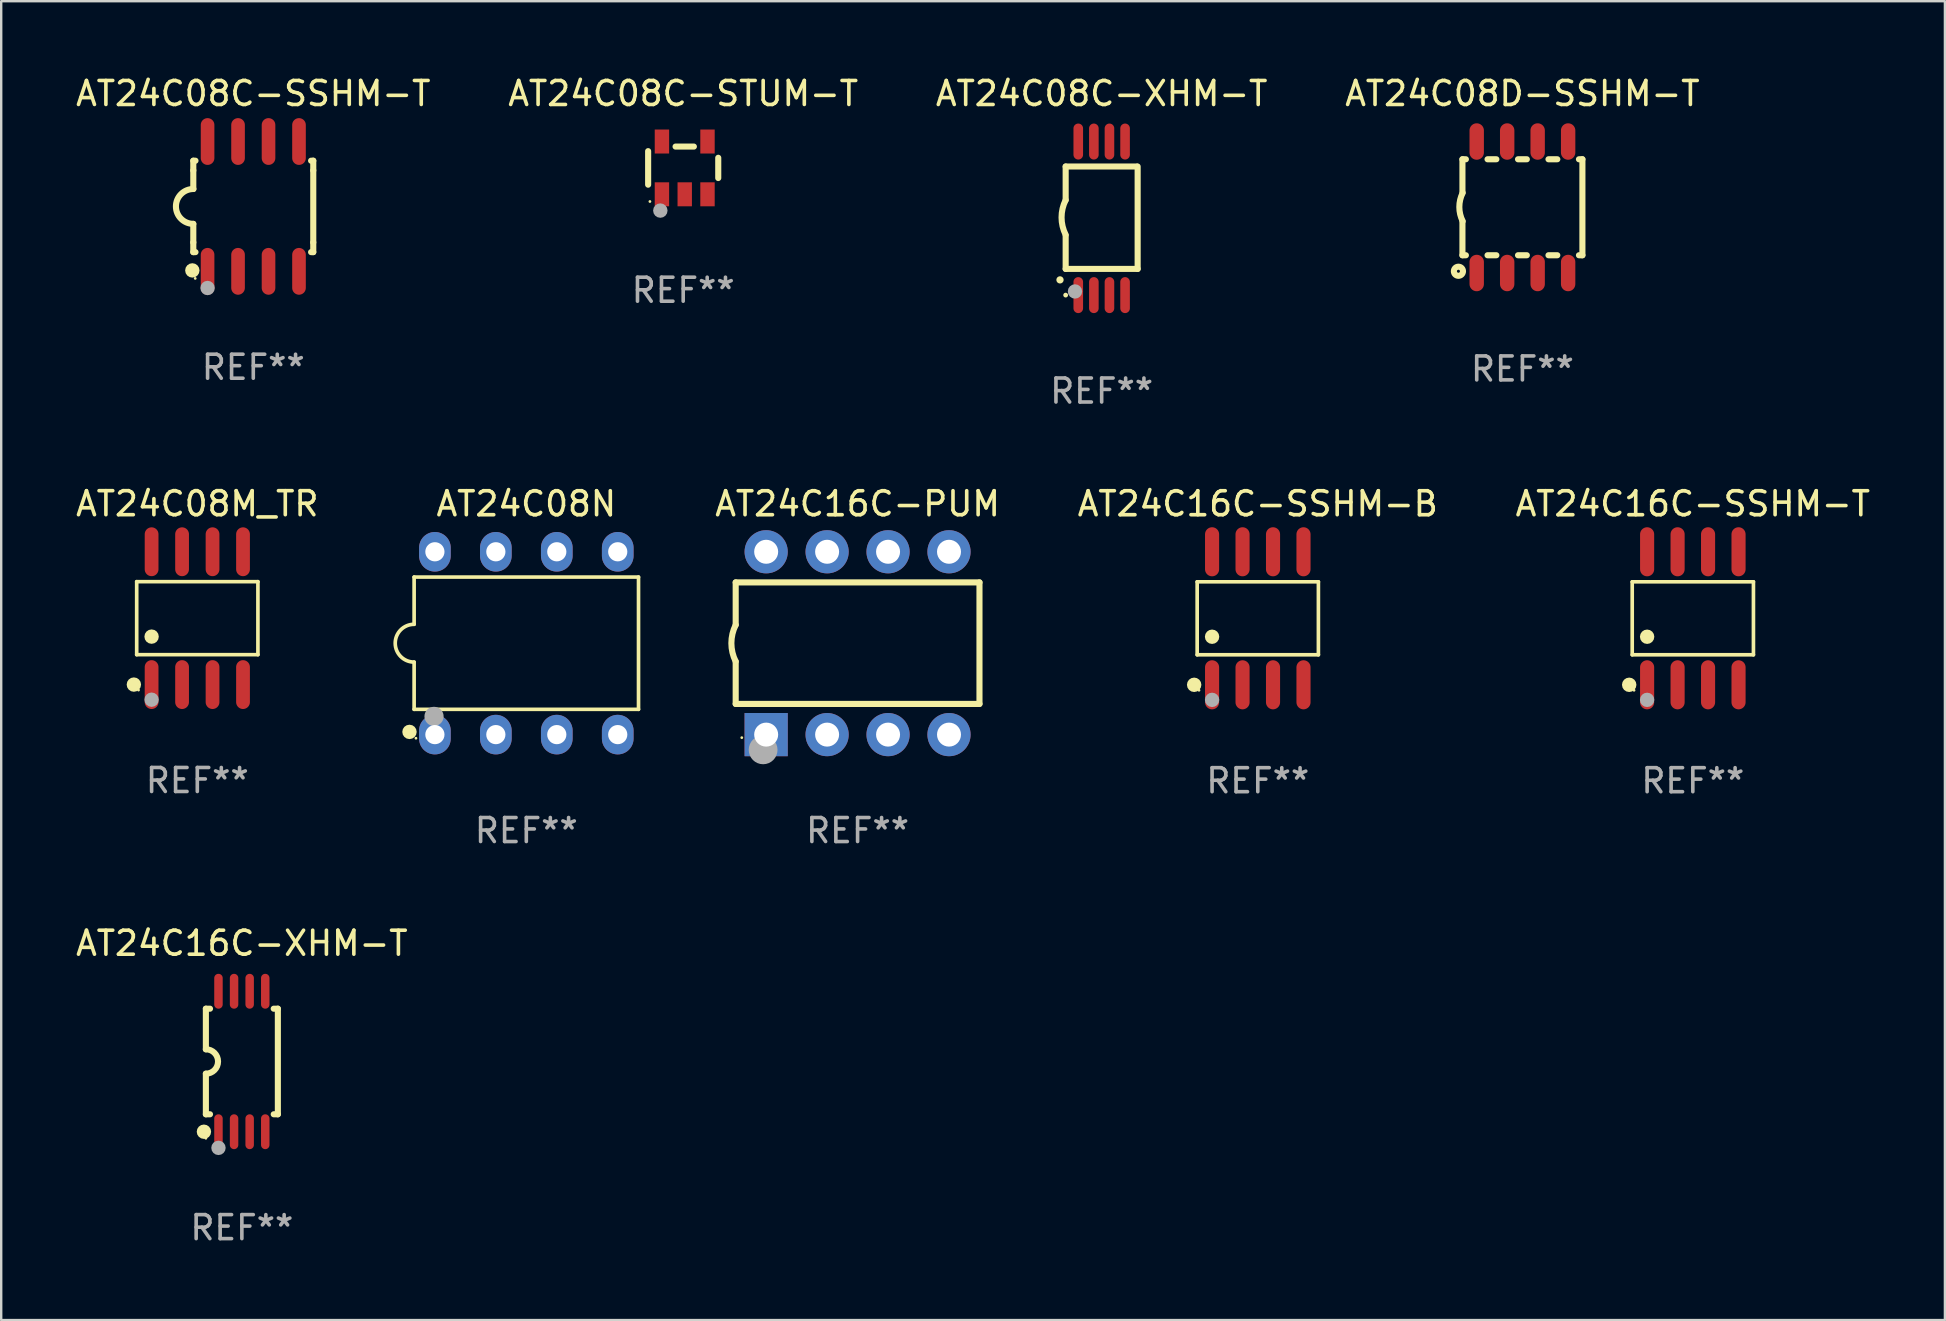
<source format=kicad_pcb>
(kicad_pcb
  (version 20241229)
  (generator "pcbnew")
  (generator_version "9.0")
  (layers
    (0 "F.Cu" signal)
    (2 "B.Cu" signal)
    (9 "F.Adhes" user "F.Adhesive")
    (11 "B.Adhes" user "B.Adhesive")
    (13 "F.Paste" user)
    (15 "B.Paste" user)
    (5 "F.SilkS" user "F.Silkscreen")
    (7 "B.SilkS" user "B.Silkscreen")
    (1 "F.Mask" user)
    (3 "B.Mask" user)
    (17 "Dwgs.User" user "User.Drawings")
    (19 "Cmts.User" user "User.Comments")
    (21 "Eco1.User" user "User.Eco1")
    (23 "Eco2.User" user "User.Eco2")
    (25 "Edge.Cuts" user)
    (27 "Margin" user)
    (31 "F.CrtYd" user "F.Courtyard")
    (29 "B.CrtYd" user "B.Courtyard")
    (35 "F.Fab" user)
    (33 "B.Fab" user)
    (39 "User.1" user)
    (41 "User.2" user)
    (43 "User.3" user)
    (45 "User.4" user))
  (footprint "AT24C16C-PUM"
    (layer "F.Cu")
    (at 32.691 23.756)
    (property "Reference" "AT24C16C-PUM" (at 0 -5.81 0) (layer "F.SilkS") (effects (font (size 1 1) (thickness 0.15))))
    (attr through_hole)
    (fp_line (start -5.08 -2.534) (end 5.08 -2.534) (stroke (width 0.254) (type solid)) (layer "F.SilkS"))
    (fp_line (start -5.08 -0.762) (end -5.08 -2.534) (stroke (width 0.254) (type solid)) (layer "F.SilkS"))
    (fp_line (start -5.08 2.531) (end -5.08 0.762) (stroke (width 0.254) (type solid)) (layer "F.SilkS"))
    (fp_line (start -5.08 2.531) (end 5.08 2.531) (stroke (width 0.254) (type solid)) (layer "F.SilkS"))
    (fp_line (start 5.08 2.531) (end 5.08 -2.534) (stroke (width 0.254) (type solid)) (layer "F.SilkS"))
    (fp_arc (start -5.08001 0.762001) (mid -5.259894 0) (end -5.08001 -0.762002) (stroke (width 0.254001) (type solid)) (layer "F.SilkS"))
    (fp_circle (center -4.826 3.937) (end -4.796 3.937) (stroke (width 0.06) (type solid)) (fill no) (layer "F.SilkS"))
    (fp_circle (center -3.937 4.445) (end -3.637 4.445) (stroke (width 0.6) (type solid)) (fill no) (layer "F.Fab"))
    (fp_text user "REF**" (at 0 7.81 0) (layer "F.Fab") (effects (font (size 1 1) (thickness 0.15))))
    (pad "1" thru_hole rect (at -3.81 3.81) (size 1.8 1.8) (drill 1) (layers "*.Cu" "*.Mask"))
    (pad "2" thru_hole circle (at -1.27 3.81) (size 1.8 1.8) (drill 1) (layers "*.Cu" "*.Mask"))
    (pad "3" thru_hole circle (at 1.27 3.81) (size 1.8 1.8) (drill 1) (layers "*.Cu" "*.Mask"))
    (pad "4" thru_hole circle (at 3.81 3.81) (size 1.8 1.8) (drill 1) (layers "*.Cu" "*.Mask"))
    (pad "5" thru_hole circle (at 3.81 -3.81) (size 1.8 1.8) (drill 1) (layers "*.Cu" "*.Mask"))
    (pad "6" thru_hole circle (at 1.27 -3.81) (size 1.8 1.8) (drill 1) (layers "*.Cu" "*.Mask"))
    (pad "7" thru_hole circle (at -1.27 -3.81) (size 1.8 1.8) (drill 1) (layers "*.Cu" "*.Mask"))
    (pad "8" thru_hole circle (at -3.81 -3.81) (size 1.8 1.8) (drill 1) (layers "*.Cu" "*.Mask")))
  (footprint "AT24C16C-SSHM-B"
    (layer "F.Cu")
    (at 49.37 22.718)
    (property "Reference" "AT24C16C-SSHM-B" (at 0 -4.772 0) (layer "F.SilkS") (effects (font (size 1 1) (thickness 0.15))))
    (attr through_hole)
    (fp_line (start -2.526 -1.521) (end 2.526 -1.521) (stroke (width 0.152) (type solid)) (layer "F.SilkS"))
    (fp_line (start -2.526 1.521) (end -2.526 -1.521) (stroke (width 0.152) (type solid)) (layer "F.SilkS"))
    (fp_line (start 2.526 -1.521) (end 2.526 1.521) (stroke (width 0.152) (type solid)) (layer "F.SilkS"))
    (fp_line (start 2.526 1.521) (end -2.526 1.521) (stroke (width 0.152) (type solid)) (layer "F.SilkS"))
    (fp_circle (center -2.652 2.772) (end -2.501 2.772) (stroke (width 0.3) (type solid)) (fill no) (layer "F.SilkS"))
    (fp_circle (center -2.45 3) (end -2.42 3) (stroke (width 0.06) (type solid)) (fill no) (layer "F.SilkS"))
    (fp_circle (center -1.905 0.769) (end -1.755 0.769) (stroke (width 0.3) (type solid)) (fill no) (layer "F.SilkS"))
    (fp_circle (center -1.905 3.4) (end -1.755 3.4) (stroke (width 0.3) (type solid)) (fill no) (layer "F.Fab"))
    (fp_text user "REF**" (at 0 6.772 0) (layer "F.Fab") (effects (font (size 1 1) (thickness 0.15))))
    (pad "1" smd oval (at -1.905 2.772) (size 0.588 2.045) (layers "F.Cu" "F.Mask" "F.Paste"))
    (pad "2" smd oval (at -0.635 2.772) (size 0.588 2.045) (layers "F.Cu" "F.Mask" "F.Paste"))
    (pad "3" smd oval (at 0.635 2.772) (size 0.588 2.045) (layers "F.Cu" "F.Mask" "F.Paste"))
    (pad "4" smd oval (at 1.905 2.772) (size 0.588 2.045) (layers "F.Cu" "F.Mask" "F.Paste"))
    (pad "5" smd oval (at 1.905 -2.772) (size 0.588 2.045) (layers "F.Cu" "F.Mask" "F.Paste"))
    (pad "6" smd oval (at 0.635 -2.772) (size 0.588 2.045) (layers "F.Cu" "F.Mask" "F.Paste"))
    (pad "7" smd oval (at -0.635 -2.772) (size 0.588 2.045) (layers "F.Cu" "F.Mask" "F.Paste"))
    (pad "8" smd oval (at -1.905 -2.772) (size 0.588 2.045) (layers "F.Cu" "F.Mask" "F.Paste")))
  (footprint "AT24C16C-XHM-T"
    (layer "F.Cu")
    (at 7.03 41.189)
    (property "Reference" "AT24C16C-XHM-T" (at 0 -4.927 0) (layer "F.SilkS") (effects (font (size 1 1) (thickness 0.15))))
    (attr through_hole)
    (fp_line (start -1.5 -2.2) (end -1.5 -0.508) (stroke (width 0.254) (type solid)) (layer "F.SilkS"))
    (fp_line (start -1.5 -2.2) (end -1.328 -2.2) (stroke (width 0.254) (type solid)) (layer "F.SilkS"))
    (fp_line (start -1.5 2.2) (end -1.5 0.508) (stroke (width 0.254) (type solid)) (layer "F.SilkS"))
    (fp_line (start -1.5 2.2) (end -1.328 2.2) (stroke (width 0.254) (type solid)) (layer "F.SilkS"))
    (fp_line (start 1.328 -2.2) (end 1.5 -2.2) (stroke (width 0.254) (type solid)) (layer "F.SilkS"))
    (fp_line (start 1.328 2.2) (end 1.5 2.2) (stroke (width 0.254) (type solid)) (layer "F.SilkS"))
    (fp_line (start 1.5 -2.2) (end 1.5 2.2) (stroke (width 0.254) (type solid)) (layer "F.SilkS"))
    (fp_arc (start -1.501144 -0.508) (mid -0.993143 -0.000571) (end -1.5 0.508001) (stroke (width 0.254001) (type solid)) (layer "F.SilkS"))
    (fp_circle (center -1.581 2.927) (end -1.431 2.927) (stroke (width 0.3) (type solid)) (fill no) (layer "F.SilkS"))
    (fp_circle (center -1.5 3.2) (end -1.47 3.2) (stroke (width 0.06) (type solid)) (fill no) (layer "F.SilkS"))
    (fp_circle (center -0.975 3.6) (end -0.825 3.6) (stroke (width 0.3) (type solid)) (fill no) (layer "F.Fab"))
    (fp_text user "REF**" (at 0 6.927 0) (layer "F.Fab") (effects (font (size 1 1) (thickness 0.15))))
    (pad "1" smd oval (at -0.975 2.927) (size 0.353 1.454) (layers "F.Cu" "F.Mask" "F.Paste"))
    (pad "2" smd oval (at -0.325 2.927) (size 0.353 1.454) (layers "F.Cu" "F.Mask" "F.Paste"))
    (pad "3" smd oval (at 0.325 2.927) (size 0.353 1.454) (layers "F.Cu" "F.Mask" "F.Paste"))
    (pad "4" smd oval (at 0.975 2.927) (size 0.353 1.454) (layers "F.Cu" "F.Mask" "F.Paste"))
    (pad "5" smd oval (at 0.975 -2.927) (size 0.353 1.454) (layers "F.Cu" "F.Mask" "F.Paste"))
    (pad "6" smd oval (at 0.325 -2.927) (size 0.353 1.454) (layers "F.Cu" "F.Mask" "F.Paste"))
    (pad "7" smd oval (at -0.325 -2.927) (size 0.353 1.454) (layers "F.Cu" "F.Mask" "F.Paste"))
    (pad "8" smd oval (at -0.975 -2.927) (size 0.353 1.454) (layers "F.Cu" "F.Mask" "F.Paste")))
  (footprint "AT24C08C-SSHM-T"
    (layer "F.Cu")
    (at 7.506 5.553)
    (property "Reference" "AT24C08C-SSHM-T" (at 0 -4.705 0) (layer "F.SilkS") (effects (font (size 1 1) (thickness 0.15))))
    (attr through_hole)
    (fp_line (start -2.5 -1.905) (end -2.409 -1.905) (stroke (width 0.254) (type solid)) (layer "F.SilkS"))
    (fp_line (start -2.5 -1.5) (end -2.5 -1.905) (stroke (width 0.254) (type solid)) (layer "F.SilkS"))
    (fp_line (start -2.5 -1.5) (end -2.5 -0.726) (stroke (width 0.254) (type solid)) (layer "F.SilkS"))
    (fp_line (start -2.5 1.5) (end -2.5 0.727) (stroke (width 0.254) (type solid)) (layer "F.SilkS"))
    (fp_line (start -2.5 1.5) (end -2.5 1.905) (stroke (width 0.254) (type solid)) (layer "F.SilkS"))
    (fp_line (start -2.5 1.905) (end -2.409 1.905) (stroke (width 0.254) (type solid)) (layer "F.SilkS"))
    (fp_line (start 2.5 -1.905) (end 2.409 -1.905) (stroke (width 0.254) (type solid)) (layer "F.SilkS"))
    (fp_line (start 2.5 -1.5) (end 2.5 -1.905) (stroke (width 0.254) (type solid)) (layer "F.SilkS"))
    (fp_line (start 2.5 -1.5) (end 2.5 1.5) (stroke (width 0.254) (type solid)) (layer "F.SilkS"))
    (fp_line (start 2.5 1.5) (end 2.5 1.905) (stroke (width 0.254) (type solid)) (layer "F.SilkS"))
    (fp_line (start 2.5 1.905) (end 2.409 1.905) (stroke (width 0.254) (type solid)) (layer "F.SilkS"))
    (fp_arc (start -2.5 0.726568) (mid -3.220316 -0.0023) (end -2.495097 -0.726289) (stroke (width 0.254001) (type solid)) (layer "F.SilkS"))
    (fp_circle (center -2.54 2.667) (end -2.39 2.667) (stroke (width 0.3) (type solid)) (fill no) (layer "F.SilkS"))
    (fp_circle (center -2.42 3) (end -2.39 3) (stroke (width 0.06) (type solid)) (fill no) (layer "F.SilkS"))
    (fp_circle (center -1.905 3.4) (end -1.755 3.4) (stroke (width 0.3) (type solid)) (fill no) (layer "F.Fab"))
    (fp_text user "REF**" (at 0 6.705 0) (layer "F.Fab") (effects (font (size 1 1) (thickness 0.15))))
    (pad "1" smd oval (at -1.905 2.705) (size 0.568 1.95) (layers "F.Cu" "F.Mask" "F.Paste"))
    (pad "2" smd oval (at -0.635 2.705) (size 0.568 1.95) (layers "F.Cu" "F.Mask" "F.Paste"))
    (pad "3" smd oval (at 0.635 2.705) (size 0.568 1.95) (layers "F.Cu" "F.Mask" "F.Paste"))
    (pad "4" smd oval (at 1.905 2.705) (size 0.568 1.95) (layers "F.Cu" "F.Mask" "F.Paste"))
    (pad "5" smd oval (at 1.905 -2.705) (size 0.568 1.95) (layers "F.Cu" "F.Mask" "F.Paste"))
    (pad "6" smd oval (at 0.635 -2.705) (size 0.568 1.95) (layers "F.Cu" "F.Mask" "F.Paste"))
    (pad "7" smd oval (at -0.635 -2.705) (size 0.568 1.95) (layers "F.Cu" "F.Mask" "F.Paste"))
    (pad "8" smd oval (at -1.905 -2.705) (size 0.568 1.95) (layers "F.Cu" "F.Mask" "F.Paste")))
  (footprint "AT24C08C-XHM-T"
    (layer "F.Cu")
    (at 42.863 6.049)
    (property "Reference" "AT24C08C-XHM-T" (at 0 -5.2 0) (layer "F.SilkS") (effects (font (size 1 1) (thickness 0.15))))
    (attr through_hole)
    (fp_line (start -1.5 -0.762) (end -1.5 -2.159) (stroke (width 0.254) (type solid)) (layer "F.SilkS"))
    (fp_line (start -1.5 2.108) (end -1.5 0.711) (stroke (width 0.254) (type solid)) (layer "F.SilkS"))
    (fp_line (start -1.5 2.108) (end 1.5 2.108) (stroke (width 0.254) (type solid)) (layer "F.SilkS"))
    (fp_line (start 1.463 -2.159) (end -1.5 -2.159) (stroke (width 0.254) (type solid)) (layer "F.SilkS"))
    (fp_line (start 1.5 2.108) (end 1.5 -2.159) (stroke (width 0.254) (type solid)) (layer "F.SilkS"))
    (fp_arc (start -1.737287 2.565405) (mid -1.736017 2.5654) (end -1.734747 2.565405) (stroke (width 0.3) (type solid)) (layer "F.SilkS"))
    (fp_arc (start -1.500076 0.685801) (mid -1.670966 -0.0381) (end -1.500076 -0.762002) (stroke (width 0.254001) (type solid)) (layer "F.SilkS"))
    (fp_circle (center -1.5 3.2) (end -1.45 3.2) (stroke (width 0.1) (type solid)) (fill no) (layer "F.SilkS"))
    (fp_circle (center -1.112 3.048) (end -0.962 3.048) (stroke (width 0.3) (type solid)) (fill no) (layer "F.Fab"))
    (fp_text user "REF**" (at 0 7.2 0) (layer "F.Fab") (effects (font (size 1 1) (thickness 0.15))))
    (pad "1" smd oval (at -0.975 3.2 180) (size 0.4 1.5) (layers "F.Cu" "F.Mask" "F.Paste"))
    (pad "2" smd oval (at -0.325 3.2 180) (size 0.4 1.5) (layers "F.Cu" "F.Mask" "F.Paste"))
    (pad "3" smd oval (at 0.325 3.2 180) (size 0.4 1.5) (layers "F.Cu" "F.Mask" "F.Paste"))
    (pad "4" smd oval (at 0.976 3.2 180) (size 0.4 1.5) (layers "F.Cu" "F.Mask" "F.Paste"))
    (pad "5" smd oval (at 0.976 -3.2 180) (size 0.4 1.5) (layers "F.Cu" "F.Mask" "F.Paste"))
    (pad "6" smd oval (at 0.325 -3.2 180) (size 0.4 1.5) (layers "F.Cu" "F.Mask" "F.Paste"))
    (pad "7" smd oval (at -0.325 -3.2 180) (size 0.4 1.5) (layers "F.Cu" "F.Mask" "F.Paste"))
    (pad "8" smd oval (at -0.975 -3.2 180) (size 0.4 1.5) (layers "F.Cu" "F.Mask" "F.Paste")))
  (footprint "AT24C08N"
    (layer "F.Cu")
    (at 18.885 23.756)
    (property "Reference" "AT24C08N" (at 0 -5.81 0) (layer "F.SilkS") (effects (font (size 1 1) (thickness 0.15))))
    (attr through_hole)
    (fp_line (start -4.676 -2.756) (end -4.676 -0.788) (stroke (width 0.152) (type solid)) (layer "F.SilkS"))
    (fp_line (start -4.676 0.788) (end -4.676 2.756) (stroke (width 0.152) (type solid)) (layer "F.SilkS"))
    (fp_line (start -4.676 2.756) (end 4.676 2.756) (stroke (width 0.152) (type solid)) (layer "F.SilkS"))
    (fp_line (start 4.676 -2.756) (end -4.676 -2.756) (stroke (width 0.152) (type solid)) (layer "F.SilkS"))
    (fp_line (start 4.676 2.756) (end 4.676 -2.756) (stroke (width 0.152) (type solid)) (layer "F.SilkS"))
    (fp_arc (start -4.6762 0.787501) (mid -5.463701 0) (end -4.6762 -0.787501) (stroke (width 0.1524) (type solid)) (layer "F.SilkS"))
    (fp_circle (center -4.869 3.697) (end -4.719 3.697) (stroke (width 0.3) (type solid)) (fill no) (layer "F.SilkS"))
    (fp_circle (center -4.6 3.96) (end -4.57 3.96) (stroke (width 0.06) (type solid)) (fill no) (layer "F.SilkS"))
    (fp_circle (center -3.846 3.051) (end -3.646 3.051) (stroke (width 0.4) (type solid)) (fill no) (layer "F.Fab"))
    (fp_text user "REF**" (at 0 7.81 0) (layer "F.Fab") (effects (font (size 1 1) (thickness 0.15))))
    (pad "1" thru_hole oval (at -3.81 3.81) (size 1.32 1.65) (drill 0.8) (layers "*.Cu" "*.Mask"))
    (pad "2" thru_hole oval (at -1.27 3.81) (size 1.32 1.65) (drill 0.8) (layers "*.Cu" "*.Mask"))
    (pad "3" thru_hole oval (at 1.27 3.81) (size 1.32 1.65) (drill 0.8) (layers "*.Cu" "*.Mask"))
    (pad "4" thru_hole oval (at 3.81 3.81) (size 1.32 1.65) (drill 0.8) (layers "*.Cu" "*.Mask"))
    (pad "5" thru_hole oval (at 3.81 -3.81) (size 1.32 1.65) (drill 0.8) (layers "*.Cu" "*.Mask"))
    (pad "6" thru_hole oval (at 1.27 -3.81) (size 1.32 1.65) (drill 0.8) (layers "*.Cu" "*.Mask"))
    (pad "7" thru_hole oval (at -1.27 -3.81) (size 1.32 1.65) (drill 0.8) (layers "*.Cu" "*.Mask"))
    (pad "8" thru_hole oval (at -3.81 -3.81) (size 1.32 1.65) (drill 0.8) (layers "*.Cu" "*.Mask")))
  (footprint "AT24C16C-SSHM-T"
    (layer "F.Cu")
    (at 67.501 22.718)
    (property "Reference" "AT24C16C-SSHM-T" (at 0 -4.772 0) (layer "F.SilkS") (effects (font (size 1 1) (thickness 0.15))))
    (attr through_hole)
    (fp_line (start -2.526 -1.521) (end 2.526 -1.521) (stroke (width 0.152) (type solid)) (layer "F.SilkS"))
    (fp_line (start -2.526 1.521) (end -2.526 -1.521) (stroke (width 0.152) (type solid)) (layer "F.SilkS"))
    (fp_line (start 2.526 -1.521) (end 2.526 1.521) (stroke (width 0.152) (type solid)) (layer "F.SilkS"))
    (fp_line (start 2.526 1.521) (end -2.526 1.521) (stroke (width 0.152) (type solid)) (layer "F.SilkS"))
    (fp_circle (center -2.652 2.772) (end -2.501 2.772) (stroke (width 0.3) (type solid)) (fill no) (layer "F.SilkS"))
    (fp_circle (center -2.45 3) (end -2.42 3) (stroke (width 0.06) (type solid)) (fill no) (layer "F.SilkS"))
    (fp_circle (center -1.905 0.769) (end -1.755 0.769) (stroke (width 0.3) (type solid)) (fill no) (layer "F.SilkS"))
    (fp_circle (center -1.905 3.4) (end -1.755 3.4) (stroke (width 0.3) (type solid)) (fill no) (layer "F.Fab"))
    (fp_text user "REF**" (at 0 6.772 0) (layer "F.Fab") (effects (font (size 1 1) (thickness 0.15))))
    (pad "1" smd oval (at -1.905 2.772) (size 0.588 2.045) (layers "F.Cu" "F.Mask" "F.Paste"))
    (pad "2" smd oval (at -0.635 2.772) (size 0.588 2.045) (layers "F.Cu" "F.Mask" "F.Paste"))
    (pad "3" smd oval (at 0.635 2.772) (size 0.588 2.045) (layers "F.Cu" "F.Mask" "F.Paste"))
    (pad "4" smd oval (at 1.905 2.772) (size 0.588 2.045) (layers "F.Cu" "F.Mask" "F.Paste"))
    (pad "5" smd oval (at 1.905 -2.772) (size 0.588 2.045) (layers "F.Cu" "F.Mask" "F.Paste"))
    (pad "6" smd oval (at 0.635 -2.772) (size 0.588 2.045) (layers "F.Cu" "F.Mask" "F.Paste"))
    (pad "7" smd oval (at -0.635 -2.772) (size 0.588 2.045) (layers "F.Cu" "F.Mask" "F.Paste"))
    (pad "8" smd oval (at -1.905 -2.772) (size 0.588 2.045) (layers "F.Cu" "F.Mask" "F.Paste")))
  (footprint "AT24C08C-STUM-T"
    (layer "F.Cu")
    (at 25.423 3.948)
    (property "Reference" "AT24C08C-STUM-T" (at 0 -3.1 0) (layer "F.SilkS") (effects (font (size 1 1) (thickness 0.15))))
    (attr through_hole)
    (fp_line (start -1.461 -0.699) (end -1.461 0.699) (stroke (width 0.254) (type solid)) (layer "F.SilkS"))
    (fp_line (start -0.318 -0.889) (end 0.445 -0.889) (stroke (width 0.254) (type solid)) (layer "F.SilkS"))
    (fp_line (start 1.461 -0.422) (end 1.461 0.422) (stroke (width 0.254) (type solid)) (layer "F.SilkS"))
    (fp_circle (center -1.387 1.4) (end -1.357 1.4) (stroke (width 0.06) (type solid)) (fill no) (layer "F.SilkS"))
    (fp_circle (center -0.953 1.778) (end -0.802 1.778) (stroke (width 0.3) (type solid)) (fill no) (layer "F.Fab"))
    (fp_text user "REF**" (at 0 5.1 0) (layer "F.Fab") (effects (font (size 1 1) (thickness 0.15))))
    (pad "1" smd rect (at -0.886 1.1) (size 0.6 1) (layers "F.Cu" "F.Mask" "F.Paste"))
    (pad "2" smd rect (at 0.064 1.1) (size 0.6 1) (layers "F.Cu" "F.Mask" "F.Paste"))
    (pad "3" smd rect (at 1.013 1.1) (size 0.6 1) (layers "F.Cu" "F.Mask" "F.Paste"))
    (pad "4" smd rect (at 1.013 -1.1) (size 0.6 1) (layers "F.Cu" "F.Mask" "F.Paste"))
    (pad "5" smd rect (at -0.886 -1.1) (size 0.6 1) (layers "F.Cu" "F.Mask" "F.Paste")))
  (footprint "AT24C08M_TR"
    (layer "F.Cu")
    (at 5.173 22.713)
    (property "Reference" "AT24C08M_TR" (at 0 -4.768 0) (layer "F.SilkS") (effects (font (size 1 1) (thickness 0.15))))
    (attr through_hole)
    (fp_line (start -2.526 -1.521) (end 2.526 -1.521) (stroke (width 0.152) (type solid)) (layer "F.SilkS"))
    (fp_line (start -2.526 1.521) (end -2.526 -1.521) (stroke (width 0.152) (type solid)) (layer "F.SilkS"))
    (fp_line (start 2.526 -1.521) (end 2.526 1.521) (stroke (width 0.152) (type solid)) (layer "F.SilkS"))
    (fp_line (start 2.526 1.521) (end -2.526 1.521) (stroke (width 0.152) (type solid)) (layer "F.SilkS"))
    (fp_circle (center -2.644 2.768) (end -2.494 2.768) (stroke (width 0.3) (type solid)) (fill no) (layer "F.SilkS"))
    (fp_circle (center -2.45 2.998) (end -2.42 2.998) (stroke (width 0.06) (type solid)) (fill no) (layer "F.SilkS"))
    (fp_circle (center -1.905 0.769) (end -1.755 0.769) (stroke (width 0.3) (type solid)) (fill no) (layer "F.SilkS"))
    (fp_circle (center -1.905 3.398) (end -1.755 3.398) (stroke (width 0.3) (type solid)) (fill no) (layer "F.Fab"))
    (fp_text user "REF**" (at 0 6.768 0) (layer "F.Fab") (effects (font (size 1 1) (thickness 0.15))))
    (pad "1" smd oval (at -1.905 2.768) (size 0.574 2.036) (layers "F.Cu" "F.Mask" "F.Paste"))
    (pad "2" smd oval (at -0.635 2.768) (size 0.574 2.036) (layers "F.Cu" "F.Mask" "F.Paste"))
    (pad "3" smd oval (at 0.635 2.768) (size 0.574 2.036) (layers "F.Cu" "F.Mask" "F.Paste"))
    (pad "4" smd oval (at 1.905 2.768) (size 0.574 2.036) (layers "F.Cu" "F.Mask" "F.Paste"))
    (pad "5" smd oval (at 1.905 -2.768) (size 0.574 2.036) (layers "F.Cu" "F.Mask" "F.Paste"))
    (pad "6" smd oval (at 0.635 -2.768) (size 0.574 2.036) (layers "F.Cu" "F.Mask" "F.Paste"))
    (pad "7" smd oval (at -0.635 -2.768) (size 0.574 2.036) (layers "F.Cu" "F.Mask" "F.Paste"))
    (pad "8" smd oval (at -1.905 -2.768) (size 0.574 2.036) (layers "F.Cu" "F.Mask" "F.Paste")))
  (footprint "AT24C08D-SSHM-T"
    (layer "F.Cu")
    (at 60.399 5.588)
    (property "Reference" "AT24C08D-SSHM-T" (at 0 -4.74 0) (layer "F.SilkS") (effects (font (size 1 1) (thickness 0.15))))
    (attr through_hole)
    (fp_line (start -2.5 -2) (end -2.5 -0.6) (stroke (width 0.254) (type solid)) (layer "F.SilkS"))
    (fp_line (start -2.5 -2) (end -2.356 -2) (stroke (width 0.254) (type solid)) (layer "F.SilkS"))
    (fp_line (start -2.5 0.58) (end -2.5 2) (stroke (width 0.254) (type solid)) (layer "F.SilkS"))
    (fp_line (start -2.5 2) (end -2.356 2) (stroke (width 0.254) (type solid)) (layer "F.SilkS"))
    (fp_line (start -1.454 -2) (end -1.086 -2) (stroke (width 0.254) (type solid)) (layer "F.SilkS"))
    (fp_line (start -1.454 2) (end -1.086 2) (stroke (width 0.254) (type solid)) (layer "F.SilkS"))
    (fp_line (start -0.184 -2) (end 0.184 -2) (stroke (width 0.254) (type solid)) (layer "F.SilkS"))
    (fp_line (start -0.184 2) (end 0.184 2) (stroke (width 0.254) (type solid)) (layer "F.SilkS"))
    (fp_line (start 1.086 -2) (end 1.454 -2) (stroke (width 0.254) (type solid)) (layer "F.SilkS"))
    (fp_line (start 1.086 2) (end 1.454 2) (stroke (width 0.254) (type solid)) (layer "F.SilkS"))
    (fp_line (start 2.356 -2) (end 2.5 -2) (stroke (width 0.254) (type solid)) (layer "F.SilkS"))
    (fp_line (start 2.356 2) (end 2.5 2) (stroke (width 0.254) (type solid)) (layer "F.SilkS"))
    (fp_line (start 2.5 -2) (end 2.5 2) (stroke (width 0.254) (type solid)) (layer "F.SilkS"))
    (fp_arc (start -2.489992 0.58001) (mid -2.629095 -0.009995) (end -2.489992 -0.6) (stroke (width 0.254001) (type solid)) (layer "F.SilkS"))
    (fp_circle (center -2.667 2.667) (end -2.477 2.667) (stroke (width 0.254) (type solid)) (fill no) (layer "F.SilkS"))
    (fp_text user "REF**" (at 0 6.74 0) (layer "F.Fab") (effects (font (size 1 1) (thickness 0.15))))
    (pad "1" smd oval (at -1.905 2.74 180) (size 0.6 1.52) (layers "F.Cu" "F.Mask" "F.Paste"))
    (pad "2" smd oval (at -0.635 2.74 180) (size 0.6 1.52) (layers "F.Cu" "F.Mask" "F.Paste"))
    (pad "3" smd oval (at 0.635 2.74 180) (size 0.6 1.52) (layers "F.Cu" "F.Mask" "F.Paste"))
    (pad "4" smd oval (at 1.905 2.74 180) (size 0.6 1.52) (layers "F.Cu" "F.Mask" "F.Paste"))
    (pad "5" smd oval (at 1.905 -2.74 180) (size 0.6 1.52) (layers "F.Cu" "F.Mask" "F.Paste"))
    (pad "6" smd oval (at 0.635 -2.74 180) (size 0.6 1.52) (layers "F.Cu" "F.Mask" "F.Paste"))
    (pad "7" smd oval (at -0.635 -2.74 180) (size 0.6 1.52) (layers "F.Cu" "F.Mask" "F.Paste"))
    (pad "8" smd oval (at -1.905 -2.74 180) (size 0.6 1.52) (layers "F.Cu" "F.Mask" "F.Paste")))
  (gr_rect
    (start -3 -3)
    (end 78.007 51.965)
    (stroke (width 0.1) (type default))
    (fill no)
    (layer "Edge.Cuts")))
</source>
